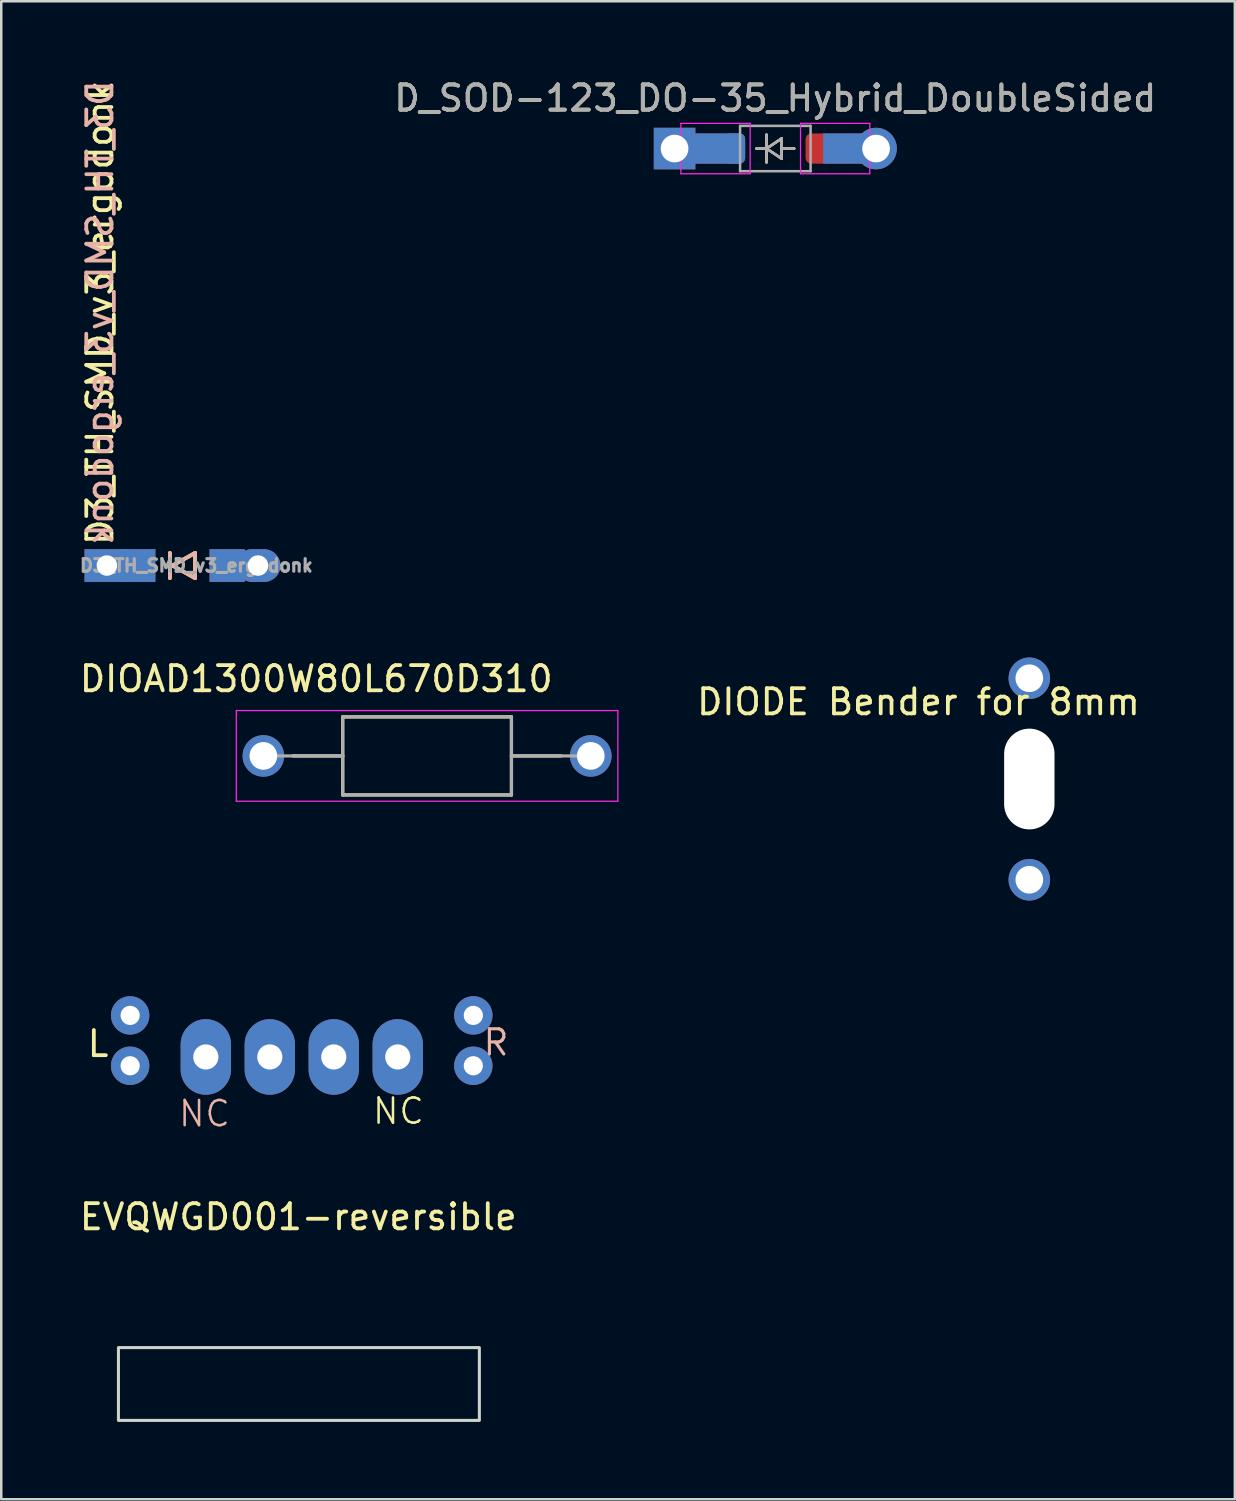
<source format=kicad_pcb>
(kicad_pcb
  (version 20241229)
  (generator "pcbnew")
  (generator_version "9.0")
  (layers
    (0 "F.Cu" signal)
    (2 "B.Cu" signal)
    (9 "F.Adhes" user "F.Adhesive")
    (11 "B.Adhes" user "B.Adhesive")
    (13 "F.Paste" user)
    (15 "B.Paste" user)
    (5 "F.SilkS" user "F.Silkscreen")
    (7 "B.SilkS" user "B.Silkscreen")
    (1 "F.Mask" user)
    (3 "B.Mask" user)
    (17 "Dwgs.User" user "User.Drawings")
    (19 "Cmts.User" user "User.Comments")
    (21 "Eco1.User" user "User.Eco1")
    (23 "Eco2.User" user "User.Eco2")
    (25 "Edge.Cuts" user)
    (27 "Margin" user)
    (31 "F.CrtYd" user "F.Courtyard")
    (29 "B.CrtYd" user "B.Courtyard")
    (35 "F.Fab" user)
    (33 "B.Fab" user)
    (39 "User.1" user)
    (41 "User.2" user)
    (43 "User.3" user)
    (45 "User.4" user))
  (footprint "EVQWGD001-reversible"
    (layer "F.Cu")
    (at 8.792 44.764)
    (property "Reference" "EVQWGD001-reversible" (at 0 0.5 180) (layer "F.SilkS") (effects (font (size 1 1) (thickness 0.15))))
    (fp_line (start -8 -9) (end -7.95 8.45) (stroke (width 0.12) (type solid)) (layer "Eco2.User"))
    (fp_line (start -7.95 8.45) (end 7.95 8.45) (stroke (width 0.12) (type solid)) (layer "Eco2.User"))
    (fp_line (start 8 -9) (end -8 -9) (stroke (width 0.12) (type solid)) (layer "Eco2.User"))
    (fp_line (start 8 -9) (end 7.95 8.45) (stroke (width 0.12) (type solid)) (layer "Eco2.User"))
    (fp_rect (start -7.14 5.69) (end 7.19 8.58) (stroke (width 0.12) (type solid)) (fill no) (layer "Edge.Cuts"))
    (fp_rect (start -7.14 5.66) (end 7.18 8.65) (stroke (width 0.12) (type solid)) (fill no) (layer "User.2"))
    (fp_text user "NC" (at 3.975 -3.7 0) (unlocked yes) (layer "F.SilkS") (effects (font (size 1 1) (thickness 0.1))))
    (fp_text user "L" (at -7.95 -6.375 0) (unlocked yes) (layer "F.SilkS") (effects (font (size 1 1) (thickness 0.15))))
    (fp_text user "R" (at 7.85 -6.425 0) (unlocked yes) (layer "B.SilkS") (effects (font (size 1 1) (thickness 0.125))))
    (fp_text user "NC" (at -3.725 -3.6 0) (unlocked yes) (layer "B.SilkS") (effects (font (size 1 1) (thickness 0.1))))
    (pad "A" thru_hole oval (at 3.95 -5.85) (size 2 3) (drill 1) (layers "*.Cu" "*.Mask"))
    (pad "B" thru_hole oval (at 1.41 -5.85) (size 2 3) (drill 1) (layers "*.Cu" "*.Mask"))
    (pad "C" thru_hole oval (at -1.13 -5.85) (size 2 3) (drill 1) (layers "*.Cu" "*.Mask"))
    (pad "D" thru_hole oval (at -3.67 -5.85) (size 2 3) (drill 1) (layers "*.Cu" "*.Mask"))
    (pad "S1" thru_hole circle (at -6.675 -7.5) (size 1.524 1.524) (drill 0.762) (layers "*.Cu" "*.Mask"))
    (pad "S1" thru_hole circle (at 6.95 -7.5) (size 1.524 1.524) (drill 0.762) (layers "*.Cu" "*.Mask"))
    (pad "S2" thru_hole oval (at -6.675 -5.5) (size 1.524 1.524) (drill 0.762) (layers "*.Cu" "*.Mask"))
    (pad "S2" thru_hole oval (at 6.95 -5.5) (size 1.524 1.524) (drill 0.762) (layers "*.Cu" "*.Mask")))
  (footprint "DIODE Bender for 8mm"
    (layer "F.Cu")
    (at 37.817 27.879)
    (property "Reference" "DIODE Bender for 8mm" (at -4.4 -3.06 0) (layer "F.SilkS") (effects (font (size 1 1) (thickness 0.15))))
    (attr through_hole)
    (fp_line (start -2.5 -4) (end -2.5 4) (stroke (width 0.12) (type default)) (layer "User.1"))
    (fp_line (start 2.5 -4) (end 2.5 4) (stroke (width 0.12) (type default)) (layer "User.1"))
    (pad "" thru_hole circle (at 0 -4 90) (size 1.65 1.65) (drill 1.1) (layers "*.Cu" "*.Mask"))
    (pad "" np_thru_hole oval (at 0 0 90) (size 4 2) (drill oval 4 2) (layers "*.Cu" "*.Mask"))
    (pad "" thru_hole circle (at 0 4 90) (size 1.65 1.65) (drill 1.1) (layers "*.Cu" "*.Mask")))
  (footprint "DIOAD1300W80L670D310"
    (layer "F.Cu")
    (at 13.906 26.962)
    (property "Reference" "DIOAD1300W80L670D310" (at -4.4 -3.06 0) (layer "F.SilkS") (effects (font (size 1 1) (thickness 0.15))))
    (attr through_hole)
    (fp_line (start -3.35 -1.55) (end -3.35 0) (stroke (width 0.127) (type solid)) (layer "F.SilkS"))
    (fp_line (start -3.35 0) (end -5.32 0) (stroke (width 0.127) (type solid)) (layer "F.SilkS"))
    (fp_line (start -3.35 0) (end -3.35 1.55) (stroke (width 0.127) (type solid)) (layer "F.SilkS"))
    (fp_line (start -3.35 1.55) (end 3.35 1.55) (stroke (width 0.127) (type solid)) (layer "F.SilkS"))
    (fp_line (start 3.35 -1.55) (end -3.35 -1.55) (stroke (width 0.127) (type solid)) (layer "F.SilkS"))
    (fp_line (start 3.35 0) (end 3.35 -1.55) (stroke (width 0.127) (type solid)) (layer "F.SilkS"))
    (fp_line (start 3.35 0) (end 5.32 0) (stroke (width 0.127) (type solid)) (layer "F.SilkS"))
    (fp_line (start 3.35 1.55) (end 3.35 0) (stroke (width 0.127) (type solid)) (layer "F.SilkS"))
    (fp_line (start -7.575 -1.8) (end -7.575 1.8) (stroke (width 0.05) (type solid)) (layer "F.CrtYd"))
    (fp_line (start -7.575 1.8) (end 7.575 1.8) (stroke (width 0.05) (type solid)) (layer "F.CrtYd"))
    (fp_line (start 7.575 -1.8) (end -7.575 -1.8) (stroke (width 0.05) (type solid)) (layer "F.CrtYd"))
    (fp_line (start 7.575 1.8) (end 7.575 -1.8) (stroke (width 0.05) (type solid)) (layer "F.CrtYd"))
    (fp_line (start -3.35 -1.55) (end -3.35 0) (stroke (width 0.127) (type solid)) (layer "F.Fab"))
    (fp_line (start -3.35 0) (end -6.5 0) (stroke (width 0.127) (type solid)) (layer "F.Fab"))
    (fp_line (start -3.35 0) (end -3.35 1.55) (stroke (width 0.127) (type solid)) (layer "F.Fab"))
    (fp_line (start -3.35 1.55) (end 3.35 1.55) (stroke (width 0.127) (type solid)) (layer "F.Fab"))
    (fp_line (start 3.35 -1.55) (end -3.35 -1.55) (stroke (width 0.127) (type solid)) (layer "F.Fab"))
    (fp_line (start 3.35 0) (end 3.35 -1.55) (stroke (width 0.127) (type solid)) (layer "F.Fab"))
    (fp_line (start 3.35 0) (end 6.5 0) (stroke (width 0.127) (type solid)) (layer "F.Fab"))
    (fp_line (start 3.35 1.55) (end 3.35 0) (stroke (width 0.127) (type solid)) (layer "F.Fab"))
    (pad "1" thru_hole circle (at -6.5 0) (size 1.65 1.65) (drill 1.1) (layers "*.Cu" "*.Mask"))
    (pad "2" thru_hole circle (at 6.5 0) (size 1.65 1.65) (drill 1.1) (layers "*.Cu" "*.Mask")))
  (footprint "D_SOD-123_DO-35_Hybrid_DoubleSided"
    (layer "F.Cu")
    (at 27.733 2.848)
    (property "Reference" "D_SOD-123_DO-35_Hybrid_DoubleSided" (at 0 -2 0) (layer "F.SilkS") (effects (font (size 1 1) (thickness 0.15))))
    (attr smd)
    (fp_line (start -0.75 0) (end -0.35 0) (stroke (width 0.1) (type solid)) (layer "F.SilkS"))
    (fp_line (start -0.35 0) (end -0.35 -0.55) (stroke (width 0.1) (type solid)) (layer "F.SilkS"))
    (fp_line (start -0.35 0) (end -0.35 0.55) (stroke (width 0.1) (type solid)) (layer "F.SilkS"))
    (fp_line (start -0.35 0) (end 0.25 -0.4) (stroke (width 0.1) (type solid)) (layer "F.SilkS"))
    (fp_line (start 0.25 -0.4) (end 0.25 0.4) (stroke (width 0.1) (type solid)) (layer "F.SilkS"))
    (fp_line (start 0.25 0) (end 0.75 0) (stroke (width 0.1) (type solid)) (layer "F.SilkS"))
    (fp_line (start 0.25 0.4) (end -0.35 0) (stroke (width 0.1) (type solid)) (layer "F.SilkS"))
    (fp_line (start -0.75 0) (end -0.35 0) (stroke (width 0.1) (type solid)) (layer "B.SilkS"))
    (fp_line (start -0.35 0) (end -0.35 -0.55) (stroke (width 0.1) (type solid)) (layer "B.SilkS"))
    (fp_line (start -0.35 0) (end -0.35 0.55) (stroke (width 0.1) (type solid)) (layer "B.SilkS"))
    (fp_line (start -0.35 0) (end 0.25 0.4) (stroke (width 0.1) (type solid)) (layer "B.SilkS"))
    (fp_line (start 0.25 -0.4) (end -0.35 0) (stroke (width 0.1) (type solid)) (layer "B.SilkS"))
    (fp_line (start 0.25 0) (end 0.75 0) (stroke (width 0.1) (type solid)) (layer "B.SilkS"))
    (fp_line (start 0.25 0.4) (end 0.25 -0.4) (stroke (width 0.1) (type solid)) (layer "B.SilkS"))
    (fp_line (start -3.75 -1) (end -3.75 1) (stroke (width 0.05) (type default)) (layer "F.CrtYd"))
    (fp_line (start -3.75 -1) (end -1 -1) (stroke (width 0.05) (type solid)) (layer "F.CrtYd"))
    (fp_line (start -1 -1) (end -1 1) (stroke (width 0.05) (type default)) (layer "F.CrtYd"))
    (fp_line (start -1 1) (end -3.75 1) (stroke (width 0.05) (type solid)) (layer "F.CrtYd"))
    (fp_line (start 1 -1) (end 1 1) (stroke (width 0.05) (type default)) (layer "F.CrtYd"))
    (fp_line (start 1 -1) (end 3.75 -1) (stroke (width 0.05) (type solid)) (layer "F.CrtYd"))
    (fp_line (start 3.75 -1) (end 3.75 1) (stroke (width 0.05) (type default)) (layer "F.CrtYd"))
    (fp_line (start 3.75 1) (end 1 1) (stroke (width 0.05) (type solid)) (layer "F.CrtYd"))
    (fp_line (start -1.4 -0.9) (end 1.4 -0.9) (stroke (width 0.1) (type solid)) (layer "F.Fab"))
    (fp_line (start -1.4 0.9) (end -1.4 -0.9) (stroke (width 0.1) (type solid)) (layer "F.Fab"))
    (fp_line (start -0.75 0) (end -0.35 0) (stroke (width 0.1) (type solid)) (layer "F.Fab"))
    (fp_line (start -0.35 0) (end -0.35 -0.55) (stroke (width 0.1) (type solid)) (layer "F.Fab"))
    (fp_line (start -0.35 0) (end -0.35 0.55) (stroke (width 0.1) (type solid)) (layer "F.Fab"))
    (fp_line (start -0.35 0) (end 0.25 -0.4) (stroke (width 0.1) (type solid)) (layer "F.Fab"))
    (fp_line (start 0.25 -0.4) (end 0.25 0.4) (stroke (width 0.1) (type solid)) (layer "F.Fab"))
    (fp_line (start 0.25 0) (end 0.75 0) (stroke (width 0.1) (type solid)) (layer "F.Fab"))
    (fp_line (start 0.25 0.4) (end -0.35 0) (stroke (width 0.1) (type solid)) (layer "F.Fab"))
    (fp_line (start 1.4 -0.9) (end 1.4 0.9) (stroke (width 0.1) (type solid)) (layer "F.Fab"))
    (fp_line (start 1.4 0.9) (end -1.4 0.9) (stroke (width 0.1) (type solid)) (layer "F.Fab"))
    (fp_text user "${REFERENCE}" (at 0 -2 0) (layer "F.Fab") (effects (font (size 1 1) (thickness 0.15))))
    (pad "1" thru_hole rect (at -4 0) (size 1.65 1.65) (drill 1.1) (layers "*.Cu" "*.Mask"))
    (pad "1" smd rect (at -2.75 0) (size 1.6 1.2) (layers "B.Cu"))
    (pad "1" smd rect (at -2.7 0) (size 1.6 1.2) (layers "F.Cu"))
    (pad "1" smd roundrect (at -1.65 0) (size 0.9 1.2) (layers "F.Cu" "F.Mask" "F.Paste") (roundrect_rratio 0.25))
    (pad "1" smd roundrect (at -1.65 0) (size 0.9 1.2) (layers "B.Cu" "B.Mask" "B.Paste") (roundrect_rratio 0.25))
    (pad "2" smd roundrect (at -1.65 0) (size 0.9 1.2) (layers "B.Cu" "B.Mask" "B.Paste") (roundrect_rratio 0.25))
    (pad "2" smd roundrect (at 1.65 0) (size 0.9 1.2) (layers "F.Cu" "F.Mask" "F.Paste") (roundrect_rratio 0.25))
    (pad "2" smd rect (at 2.7 0) (size 1.6 1.2) (layers "F.Cu"))
    (pad "2" smd rect (at 2.7 0) (size 1.6 1.2) (layers "B.Cu"))
    (pad "2" thru_hole circle (at 4 0) (size 1.65 1.65) (drill 1.1) (layers "*.Cu" "*.Mask")))
  (footprint "D3_TH_SMD_v3_ergodonk"
    (layer "F.Cu")
    (at 4.195 19.404)
    (property "Reference" "D3_TH_SMD_v3_ergodonk" (at 0.55 0 180) (layer "F.Fab") (effects (font (size 0.5 0.5) (thickness 0.125))))
    (attr through_hole)
    (fp_line (start -0.5 -0.5) (end -0.5 0.5) (stroke (width 0.15) (type solid)) (layer "F.SilkS"))
    (fp_line (start -0.4 0) (end 0.5 -0.5) (stroke (width 0.15) (type solid)) (layer "F.SilkS"))
    (fp_line (start 0.5 -0.5) (end 0.5 0.5) (stroke (width 0.15) (type solid)) (layer "F.SilkS"))
    (fp_line (start 0.5 0.5) (end -0.4 0) (stroke (width 0.15) (type solid)) (layer "F.SilkS"))
    (fp_line (start -0.5 -0.5) (end -0.5 0.5) (stroke (width 0.15) (type solid)) (layer "B.SilkS"))
    (fp_line (start -0.4 0) (end 0.5 -0.5) (stroke (width 0.15) (type solid)) (layer "B.SilkS"))
    (fp_line (start 0.5 -0.5) (end 0.5 0.5) (stroke (width 0.15) (type solid)) (layer "B.SilkS"))
    (fp_line (start 0.5 0.5) (end -0.4 0) (stroke (width 0.15) (type solid)) (layer "B.SilkS"))
    (fp_text user "${REFERENCE}" (at -3.275 -0.725 90) (layer "F.SilkS") (effects (font (size 1 1) (thickness 0.15)) (justify left)))
    (fp_text user "${REFERENCE}" (at -3.275 -0.725 90) (unlocked yes) (layer "B.SilkS") (effects (font (size 1 1) (thickness 0.15)) (justify right mirror)))
    (pad "1" thru_hole rect (at -3 0) (size 1.778 1.3) (drill 0.813) (layers "*.Cu" "*.Mask"))
    (pad "1" smd rect (at -1.775 0 180) (size 1.4 1.3) (layers "F.Cu" "F.Mask" "F.Paste"))
    (pad "1" smd rect (at -1.775 0 180) (size 1.4 1.3) (layers "B.Cu" "B.Mask" "B.Paste"))
    (pad "2" smd rect (at 1.775 0 180) (size 1.4 1.3) (layers "F.Cu" "F.Mask" "F.Paste"))
    (pad "2" smd rect (at 1.775 0 180) (size 1.4 1.3) (layers "B.Cu" "B.Mask" "B.Paste"))
    (pad "2" thru_hole oval (at 3 0) (size 1.778 1.3) (drill 0.813) (layers "*.Cu" "*.Mask")))
  (gr_rect
    (start -3 -3)
    (end 45.977 56.474)
    (stroke (width 0.1) (type default))
    (fill no)
    (layer "Edge.Cuts")))
</source>
